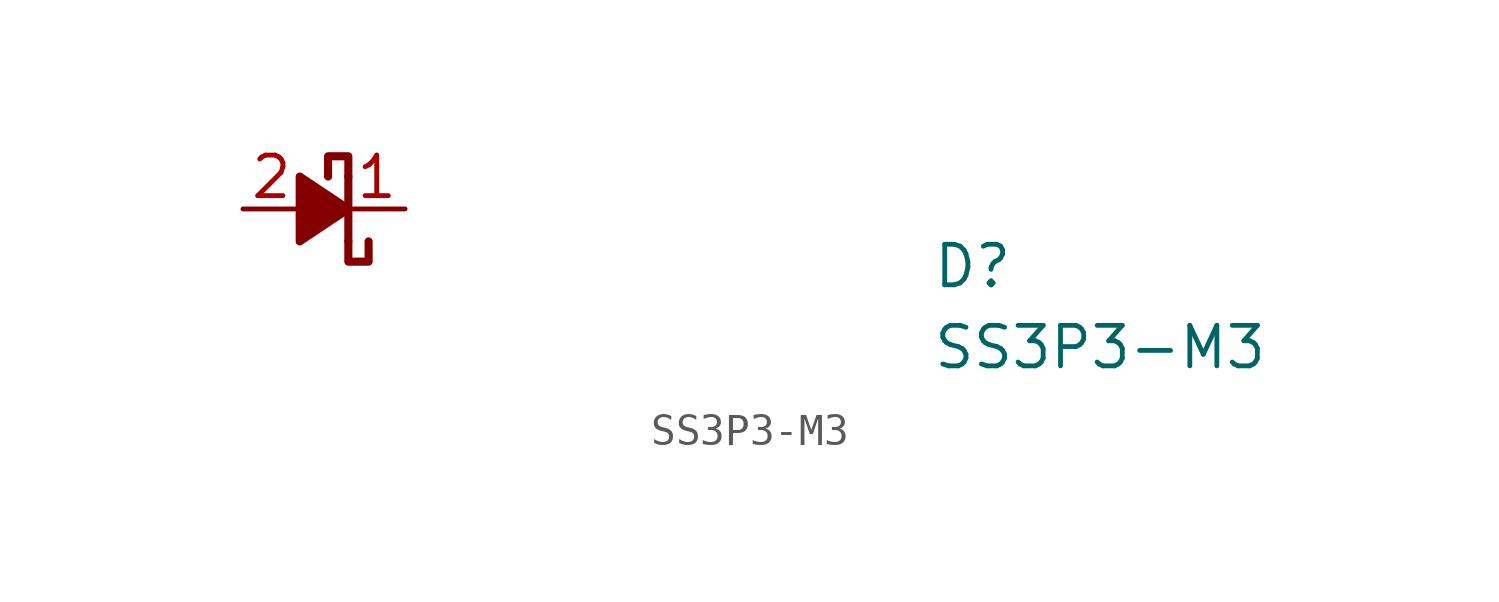
<source format=kicad_sym>
(kicad_symbol_lib
  (version 20211014)
  (generator kicad_symbol_editor)
  (symbol "SS3P3-M3"
    (pin_names hide)
    (property "Reference" "D"
      (at 21.59 -2.54 0)
      (effects (font (size 1.27 1.27) (thickness 0.15)) (justify left bottom)))
    (property "Value" "SS3P3-M3"
      (at 21.59 -5.08 0)
      (effects (font (size 1.27 1.27) (thickness 0.15)) (justify left bottom)))
    (symbol "SS3P3-M3_0_1"
      (polyline (pts (xy 3.302 0) (xy 1.778 0)) (stroke (width 0) (type default) (color 0 0 0 0)) (fill (type none)))
      (polyline (pts (xy 3.302 1.016) (xy 3.302 -1.016)) (stroke (width 0.254) (type default) (color 0 0 0 0)) (fill (type none)))
      (polyline (pts (xy 1.778 1.016) (xy 3.302 0) (xy 1.778 -1.016) (xy 1.778 1.016)) (stroke (width 0.254) (type default) (color 0 0 0 0)) (fill (type outline))))
    (symbol "SS3P3-M3_1_1"
      (polyline (pts (xy 3.302 -1.016) (xy 3.302 -1.651) (xy 3.937 -1.651) (xy 3.937 -1.016)) (stroke (width 0.254) (type default) (color 0 0 0 0)) (fill (type none)))
      (polyline (pts (xy 3.302 1.016) (xy 3.302 1.651) (xy 2.667 1.651) (xy 2.667 1.016)) (stroke (width 0.254) (type default) (color 0 0 0 0)) (fill (type none)))
      (pin passive line (at 5.08 0 180) (length 1.778) (name "1" (effects (font (size 1.27 1.27)))) (number "1" (effects (font (size 1.27 1.27)))))
      (pin passive line (at 0 0 0) (length 1.778) (name "2" (effects (font (size 1.27 1.27)))) (number "2" (effects (font (size 1.27 1.27))))))))
</source>
